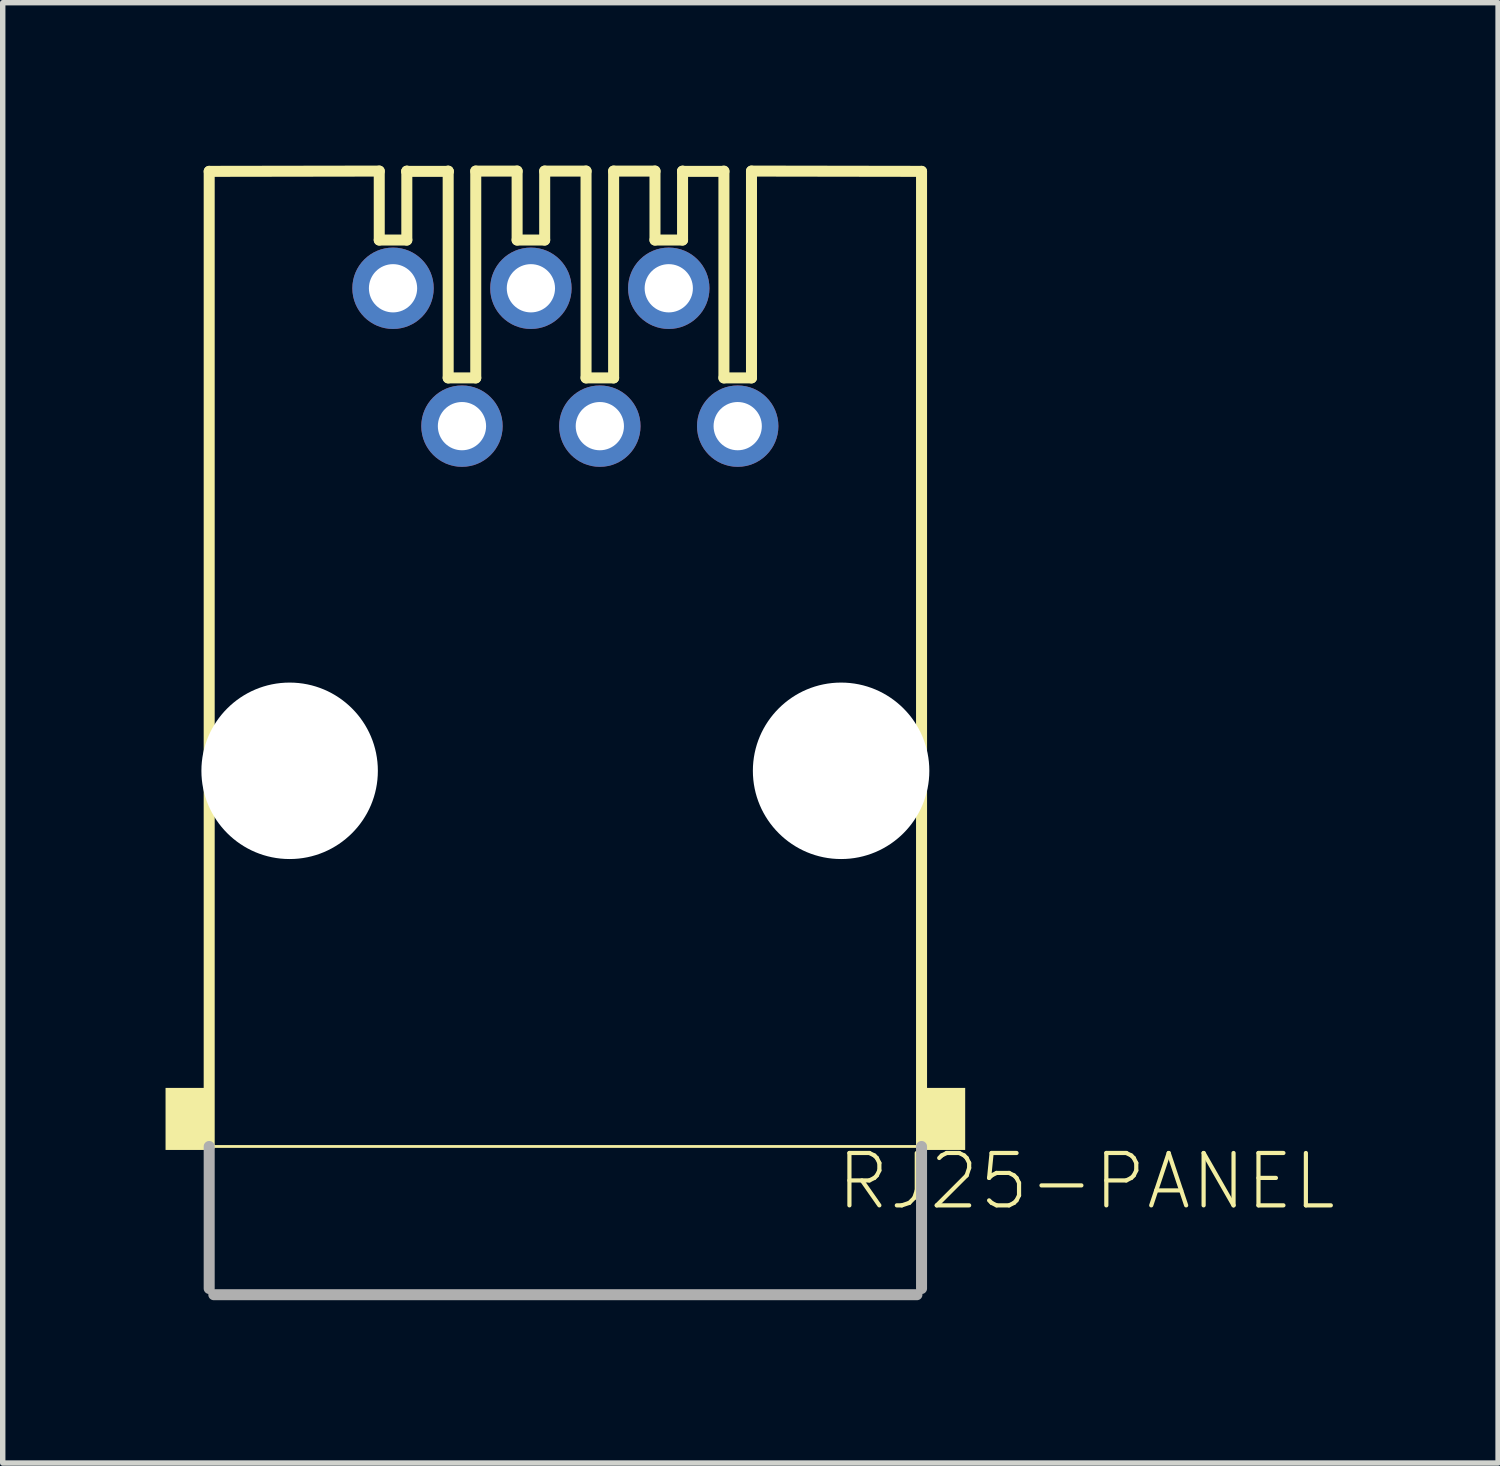
<source format=kicad_pcb>
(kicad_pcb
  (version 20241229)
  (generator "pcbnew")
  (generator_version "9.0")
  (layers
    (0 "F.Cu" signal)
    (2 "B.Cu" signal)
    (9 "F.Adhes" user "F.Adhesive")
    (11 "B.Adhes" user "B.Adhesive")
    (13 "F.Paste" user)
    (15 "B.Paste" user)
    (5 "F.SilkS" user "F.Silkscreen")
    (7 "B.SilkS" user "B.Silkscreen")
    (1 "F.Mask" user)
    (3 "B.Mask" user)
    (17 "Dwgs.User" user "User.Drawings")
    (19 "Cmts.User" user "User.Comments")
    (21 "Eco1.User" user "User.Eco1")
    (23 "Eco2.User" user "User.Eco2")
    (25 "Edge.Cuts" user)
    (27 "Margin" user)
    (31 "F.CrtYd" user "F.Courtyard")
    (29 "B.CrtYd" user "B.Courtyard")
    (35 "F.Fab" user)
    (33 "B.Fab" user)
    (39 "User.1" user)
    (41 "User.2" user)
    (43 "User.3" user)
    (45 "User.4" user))
  (footprint "RJ25-PANEL"
    (layer "F.Cu")
    (at 7.366 11.151)
    (property "Reference" "RJ25-PANEL" (at 4.953 8.128 0) (layer "F.SilkS") (effects (font (size 0.965 0.965) (thickness 0.077)) (justify left bottom)))
    (attr through_hole)
    (fp_line (start -6.562 -11.044) (end -3.429 -11.049) (stroke (width 0.203) (type solid)) (layer "F.SilkS"))
    (fp_line (start -6.562 6.921) (end -6.562 -11.044) (stroke (width 0.203) (type solid)) (layer "F.SilkS"))
    (fp_line (start -3.429 -11.049) (end -3.429 -9.779) (stroke (width 0.203) (type solid)) (layer "F.SilkS"))
    (fp_line (start -3.429 -9.779) (end -2.921 -9.779) (stroke (width 0.203) (type solid)) (layer "F.SilkS"))
    (fp_line (start -2.921 -11.049) (end -2.921 -11.044) (stroke (width 0.203) (type solid)) (layer "F.SilkS"))
    (fp_line (start -2.921 -11.044) (end -2.921 -9.779) (stroke (width 0.203) (type solid)) (layer "F.SilkS"))
    (fp_line (start -2.921 -11.044) (end -2.159 -11.044) (stroke (width 0.203) (type solid)) (layer "F.SilkS"))
    (fp_line (start -2.159 -11.049) (end -2.159 -11.044) (stroke (width 0.203) (type solid)) (layer "F.SilkS"))
    (fp_line (start -2.159 -11.044) (end -2.159 -7.239) (stroke (width 0.203) (type solid)) (layer "F.SilkS"))
    (fp_line (start -2.159 -7.239) (end -1.651 -7.239) (stroke (width 0.203) (type solid)) (layer "F.SilkS"))
    (fp_line (start -1.651 -11.049) (end -1.651 -7.239) (stroke (width 0.203) (type solid)) (layer "F.SilkS"))
    (fp_line (start -1.651 -11.049) (end -0.889 -11.049) (stroke (width 0.203) (type solid)) (layer "F.SilkS"))
    (fp_line (start -0.889 -11.049) (end -0.889 -9.779) (stroke (width 0.203) (type solid)) (layer "F.SilkS"))
    (fp_line (start -0.889 -9.779) (end -0.381 -9.779) (stroke (width 0.203) (type solid)) (layer "F.SilkS"))
    (fp_line (start -0.381 -11.049) (end -0.381 -9.779) (stroke (width 0.203) (type solid)) (layer "F.SilkS"))
    (fp_line (start -0.381 -11.049) (end 0.381 -11.049) (stroke (width 0.203) (type solid)) (layer "F.SilkS"))
    (fp_line (start 0.381 -11.049) (end 0.381 -7.239) (stroke (width 0.203) (type solid)) (layer "F.SilkS"))
    (fp_line (start 0.381 -7.239) (end 0.889 -7.239) (stroke (width 0.203) (type solid)) (layer "F.SilkS"))
    (fp_line (start 0.889 -11.049) (end 0.889 -7.239) (stroke (width 0.203) (type solid)) (layer "F.SilkS"))
    (fp_line (start 0.889 -11.049) (end 1.651 -11.049) (stroke (width 0.203) (type solid)) (layer "F.SilkS"))
    (fp_line (start 1.651 -11.049) (end 1.651 -9.779) (stroke (width 0.203) (type solid)) (layer "F.SilkS"))
    (fp_line (start 1.651 -9.779) (end 2.159 -9.779) (stroke (width 0.203) (type solid)) (layer "F.SilkS"))
    (fp_line (start 2.159 -11.049) (end 2.159 -11.044) (stroke (width 0.203) (type solid)) (layer "F.SilkS"))
    (fp_line (start 2.159 -11.044) (end 2.159 -9.779) (stroke (width 0.203) (type solid)) (layer "F.SilkS"))
    (fp_line (start 2.159 -11.044) (end 2.921 -11.044) (stroke (width 0.203) (type solid)) (layer "F.SilkS"))
    (fp_line (start 2.921 -11.049) (end 2.921 -7.239) (stroke (width 0.203) (type solid)) (layer "F.SilkS"))
    (fp_line (start 2.921 -7.239) (end 3.429 -7.239) (stroke (width 0.203) (type solid)) (layer "F.SilkS"))
    (fp_line (start 3.429 -11.049) (end 3.429 -7.239) (stroke (width 0.203) (type solid)) (layer "F.SilkS"))
    (fp_line (start 3.429 -11.049) (end 6.562 -11.044) (stroke (width 0.203) (type solid)) (layer "F.SilkS"))
    (fp_line (start 6.562 -11.044) (end 6.562 6.921) (stroke (width 0.203) (type solid)) (layer "F.SilkS"))
    (fp_line (start 6.562 6.921) (end -6.562 6.921) (stroke (width 0.051) (type solid)) (layer "F.SilkS"))
    (fp_poly (pts (xy -7.366 6.985) (xy -6.604 6.985) (xy -6.604 5.842) (xy -7.366 5.842)) (stroke (width 0) (type solid)) (fill yes) (layer "F.SilkS"))
    (fp_poly (pts (xy 6.604 6.985) (xy 7.366 6.985) (xy 7.366 5.842) (xy 6.604 5.842)) (stroke (width 0) (type solid)) (fill yes) (layer "F.SilkS"))
    (fp_line (start -6.562 9.538) (end -6.562 6.921) (stroke (width 0.203) (type solid)) (layer "F.Fab"))
    (fp_line (start 6.477 9.652) (end -6.477 9.652) (stroke (width 0.203) (type solid)) (layer "F.Fab"))
    (fp_line (start 6.562 6.921) (end 6.562 9.538) (stroke (width 0.203) (type solid)) (layer "F.Fab"))
    (pad "" np_thru_hole circle (at -5.08 0) (size 3.251 3.251) (drill 3.251) (layers "*.Cu" "*.Mask"))
    (pad "" np_thru_hole circle (at 5.08 0) (size 3.251 3.251) (drill 3.251) (layers "*.Cu" "*.Mask"))
    (pad "1" thru_hole circle (at -3.175 -8.89) (size 1.499 1.499) (drill 0.889) (layers "*.Cu" "*.Mask"))
    (pad "2" thru_hole circle (at -1.905 -6.35) (size 1.499 1.499) (drill 0.889) (layers "*.Cu" "*.Mask"))
    (pad "3" thru_hole circle (at -0.635 -8.89) (size 1.499 1.499) (drill 0.889) (layers "*.Cu" "*.Mask"))
    (pad "4" thru_hole circle (at 0.635 -6.35) (size 1.499 1.499) (drill 0.889) (layers "*.Cu" "*.Mask"))
    (pad "5" thru_hole circle (at 1.905 -8.89) (size 1.499 1.499) (drill 0.889) (layers "*.Cu" "*.Mask"))
    (pad "6" thru_hole circle (at 3.175 -6.35) (size 1.499 1.499) (drill 0.889) (layers "*.Cu" "*.Mask")))
  (gr_rect
    (start -3 -3)
    (end 24.55 23.904)
    (stroke (width 0.1) (type default))
    (fill no)
    (layer "Edge.Cuts")))
</source>
